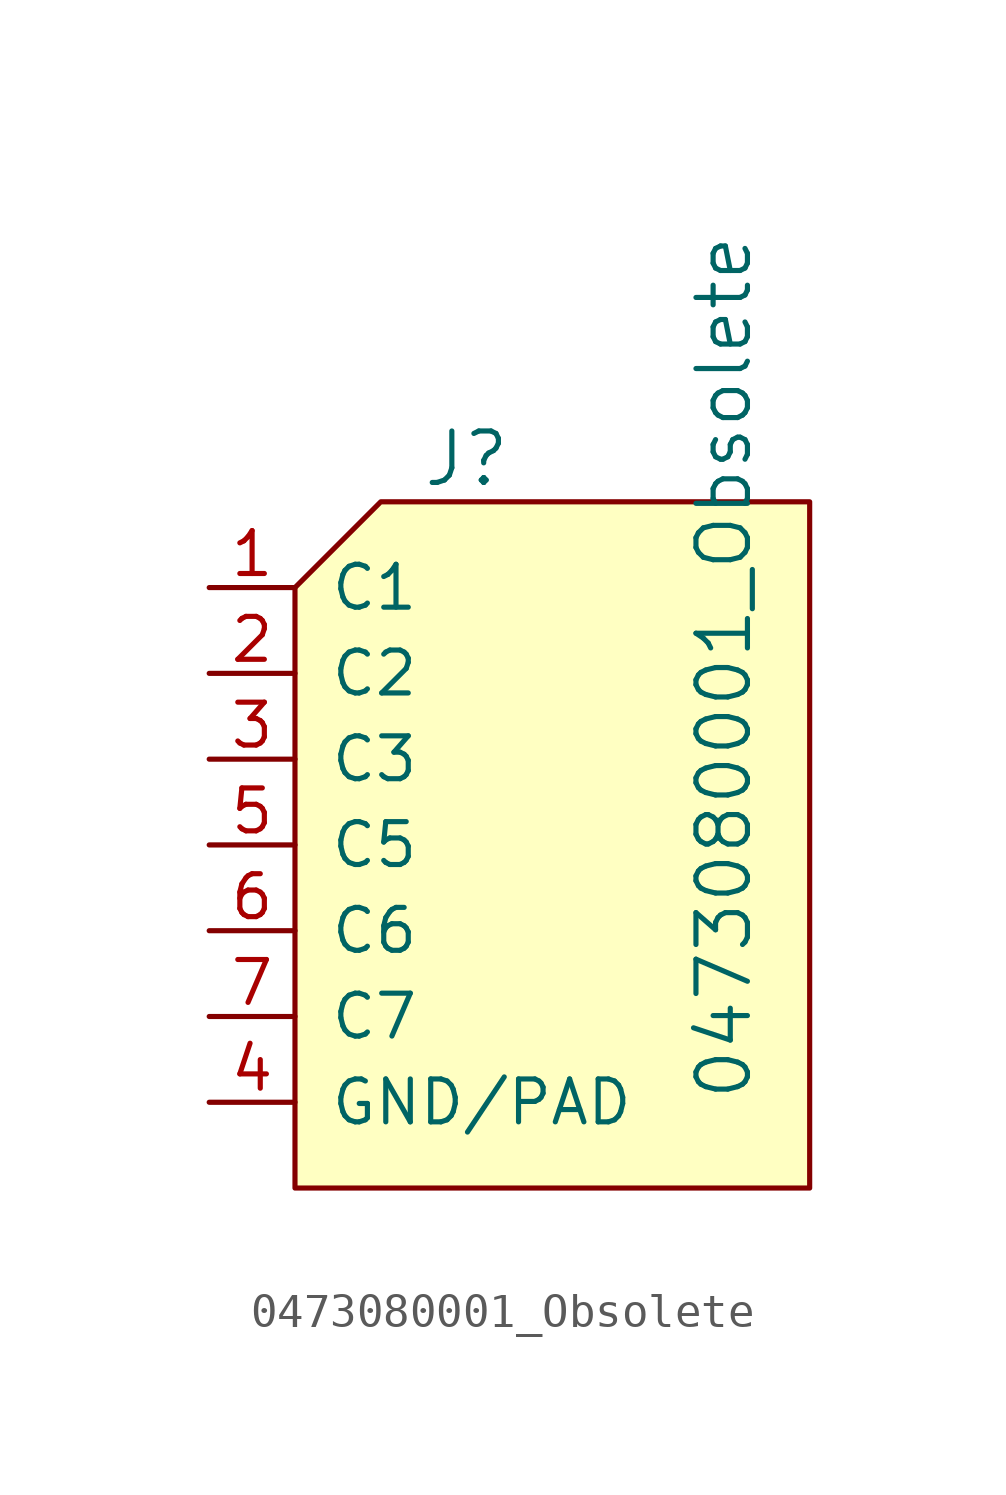
<source format=kicad_sym>
(kicad_symbol_lib
  (version 20211014)
  (generator kicad_symbol_editor)
  (symbol "0473080001_Obsolete"
    (pin_names
      (offset 1.016))
    (property "Reference" "J"
      (at 0 6.35 0)
      (effects (font (size 1.524 1.524))))
    (property "Value" "0473080001_Obsolete"
      (at 7.62 -12.7 90)
      (effects (font (size 1.524 1.524)) (justify left)))
    (symbol "0473080001_Obsolete_0_1"
      (polyline (pts (xy -5.08 2.54) (xy -2.54 5.08) (xy 10.16 5.08) (xy 10.16 -2.54) (xy 10.16 -7.62) (xy 10.16 -15.24) (xy -5.08 -15.24) (xy -5.08 2.54)) (stroke (width 0) (type default) (color 0 0 0 0)) (fill (type background))))
    (symbol "0473080001_Obsolete_1_1"
      (pin bidirectional line (at -7.62 2.54 0) (length 2.54) (name "C1" (effects (font (size 1.27 1.27)))) (number "1" (effects (font (size 1.27 1.27)))))
      (pin bidirectional line (at -7.62 0 0) (length 2.54) (name "C2" (effects (font (size 1.27 1.27)))) (number "2" (effects (font (size 1.27 1.27)))))
      (pin bidirectional line (at -7.62 -2.54 0) (length 2.54) (name "C3" (effects (font (size 1.27 1.27)))) (number "3" (effects (font (size 1.27 1.27)))))
      (pin power_in line (at -7.62 -12.7 0) (length 2.54) (name "GND/PAD" (effects (font (size 1.27 1.27)))) (number "4" (effects (font (size 1.27 1.27)))))
      (pin bidirectional line (at -7.62 -5.08 0) (length 2.54) (name "C5" (effects (font (size 1.27 1.27)))) (number "5" (effects (font (size 1.27 1.27)))))
      (pin bidirectional line (at -7.62 -7.62 0) (length 2.54) (name "C6" (effects (font (size 1.27 1.27)))) (number "6" (effects (font (size 1.27 1.27)))))
      (pin bidirectional line (at -7.62 -10.16 0) (length 2.54) (name "C7" (effects (font (size 1.27 1.27)))) (number "7" (effects (font (size 1.27 1.27))))))))
</source>
